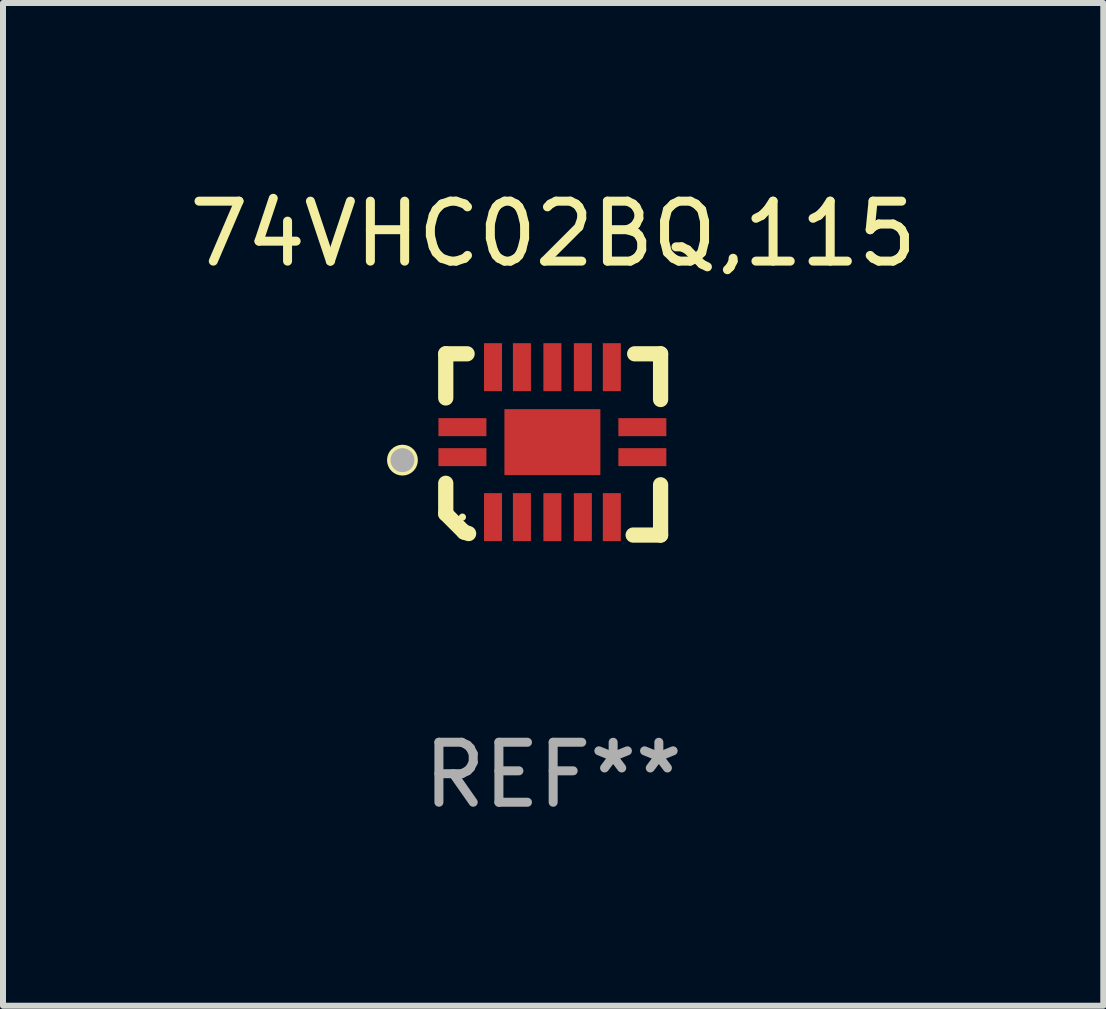
<source format=kicad_pcb>
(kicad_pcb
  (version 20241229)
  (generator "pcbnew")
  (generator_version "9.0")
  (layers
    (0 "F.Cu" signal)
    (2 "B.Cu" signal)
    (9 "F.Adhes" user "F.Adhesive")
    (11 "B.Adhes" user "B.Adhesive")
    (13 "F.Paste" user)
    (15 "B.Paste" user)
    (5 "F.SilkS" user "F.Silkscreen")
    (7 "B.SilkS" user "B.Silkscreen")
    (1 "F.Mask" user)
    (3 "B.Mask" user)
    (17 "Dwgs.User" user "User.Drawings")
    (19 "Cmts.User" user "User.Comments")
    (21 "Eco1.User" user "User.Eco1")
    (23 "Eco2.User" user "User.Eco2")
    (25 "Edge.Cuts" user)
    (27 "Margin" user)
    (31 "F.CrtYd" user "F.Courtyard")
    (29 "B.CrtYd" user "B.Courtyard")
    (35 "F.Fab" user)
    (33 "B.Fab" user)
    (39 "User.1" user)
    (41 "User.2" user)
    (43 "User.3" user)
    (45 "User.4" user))
  (footprint "74VHC02BQ,115"
    (layer "F.Cu")
    (at 6.173 4.36)
    (property "Reference" "74VHC02BQ,115" (at 0 -3.511 0) (layer "F.SilkS") (effects (font (size 1 1) (thickness 0.15))))
    (attr through_hole)
    (fp_line (start -1.791 -1.511) (end -1.435 -1.511) (stroke (width 0.254) (type solid)) (layer "F.SilkS"))
    (fp_line (start -1.791 -0.775) (end -1.791 -1.511) (stroke (width 0.254) (type solid)) (layer "F.SilkS"))
    (fp_line (start -1.791 1.156) (end -1.791 0.648) (stroke (width 0.254) (type solid)) (layer "F.SilkS"))
    (fp_line (start -1.486 1.461) (end -1.791 1.156) (stroke (width 0.254) (type solid)) (layer "F.SilkS"))
    (fp_line (start -1.41 1.486) (end -1.486 1.461) (stroke (width 0.254) (type solid)) (layer "F.SilkS"))
    (fp_line (start 1.334 1.511) (end 1.791 1.511) (stroke (width 0.254) (type solid)) (layer "F.SilkS"))
    (fp_line (start 1.791 -1.511) (end 1.359 -1.511) (stroke (width 0.254) (type solid)) (layer "F.SilkS"))
    (fp_line (start 1.791 -0.749) (end 1.791 -1.511) (stroke (width 0.254) (type solid)) (layer "F.SilkS"))
    (fp_line (start 1.791 1.511) (end 1.791 0.673) (stroke (width 0.254) (type solid)) (layer "F.SilkS"))
    (fp_circle (center -2.513 0.262) (end -2.383 0.262) (stroke (width 0.254) (type solid)) (fill no) (layer "F.SilkS"))
    (fp_circle (center -1.513 1.212) (end -1.483 1.212) (stroke (width 0.06) (type solid)) (fill no) (layer "F.SilkS"))
    (fp_circle (center -2.513 0.262) (end -2.413 0.262) (stroke (width 0.2) (type solid)) (fill no) (layer "F.Fab"))
    (fp_text user "REF**" (at 0 5.511 0) (layer "F.Fab") (effects (font (size 1 1) (thickness 0.15))))
    (pad "1" smd rect (at -1.513 0.212) (size 0.8 0.3) (layers "F.Cu" "F.Mask" "F.Paste"))
    (pad "2" smd rect (at -1.003 1.212) (size 0.3 0.8) (layers "F.Cu" "F.Mask" "F.Paste"))
    (pad "3" smd rect (at -0.521 1.212) (size 0.3 0.8) (layers "F.Cu" "F.Mask" "F.Paste"))
    (pad "4" smd rect (at -0.013 1.212) (size 0.3 0.8) (layers "F.Cu" "F.Mask" "F.Paste"))
    (pad "5" smd rect (at 0.495 1.212) (size 0.3 0.8) (layers "F.Cu" "F.Mask" "F.Paste"))
    (pad "6" smd rect (at 0.978 1.212) (size 0.3 0.8) (layers "F.Cu" "F.Mask" "F.Paste"))
    (pad "7" smd rect (at 1.487 0.212) (size 0.8 0.3) (layers "F.Cu" "F.Mask" "F.Paste"))
    (pad "8" smd rect (at 1.487 -0.288) (size 0.8 0.3) (layers "F.Cu" "F.Mask" "F.Paste"))
    (pad "9" smd rect (at 0.978 -1.288) (size 0.3 0.8) (layers "F.Cu" "F.Mask" "F.Paste"))
    (pad "10" smd rect (at 0.495 -1.288) (size 0.3 0.8) (layers "F.Cu" "F.Mask" "F.Paste"))
    (pad "11" smd rect (at -0.013 -1.288) (size 0.3 0.8) (layers "F.Cu" "F.Mask" "F.Paste"))
    (pad "12" smd rect (at -0.521 -1.288) (size 0.3 0.8) (layers "F.Cu" "F.Mask" "F.Paste"))
    (pad "13" smd rect (at -1.003 -1.288) (size 0.3 0.8) (layers "F.Cu" "F.Mask" "F.Paste"))
    (pad "14" smd rect (at -1.513 -0.288) (size 0.8 0.3) (layers "F.Cu" "F.Mask" "F.Paste"))
    (pad "15" smd rect (at -0.013 -0.038 90) (size 1.1 1.6) (layers "F.Cu" "F.Mask" "F.Paste")))
  (gr_rect
    (start -3 -3)
    (end 15.345 13.719)
    (stroke (width 0.1) (type default))
    (fill no)
    (layer "Edge.Cuts")))
</source>
